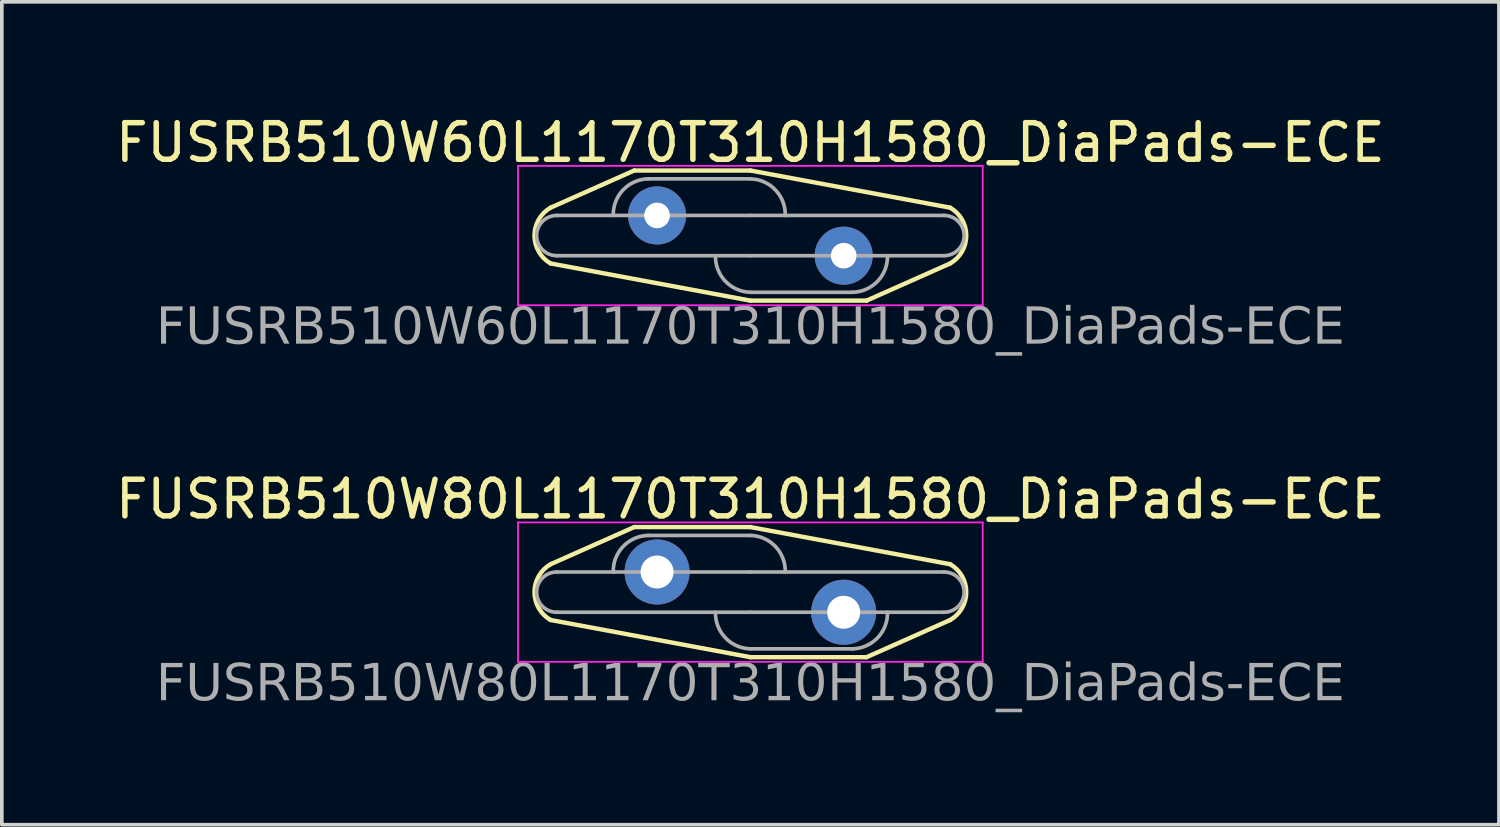
<source format=kicad_pcb>
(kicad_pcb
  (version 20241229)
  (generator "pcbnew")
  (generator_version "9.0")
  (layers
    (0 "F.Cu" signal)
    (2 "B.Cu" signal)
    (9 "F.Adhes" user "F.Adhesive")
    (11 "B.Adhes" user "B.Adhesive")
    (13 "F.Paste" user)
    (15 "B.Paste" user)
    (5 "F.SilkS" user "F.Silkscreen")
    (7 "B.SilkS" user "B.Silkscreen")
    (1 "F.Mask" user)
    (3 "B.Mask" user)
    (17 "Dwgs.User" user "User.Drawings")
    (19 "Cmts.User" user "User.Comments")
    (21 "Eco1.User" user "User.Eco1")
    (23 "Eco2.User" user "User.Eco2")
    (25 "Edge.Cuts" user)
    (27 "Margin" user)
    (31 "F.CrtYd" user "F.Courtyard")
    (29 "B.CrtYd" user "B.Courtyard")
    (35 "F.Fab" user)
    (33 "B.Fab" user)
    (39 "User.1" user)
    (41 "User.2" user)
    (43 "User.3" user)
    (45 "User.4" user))
  (footprint "FUSRB510W80L1170T310H1580_DiaPads-ECE"
    (layer "F.Cu")
    (at 17.458 13.133)
    (property "Reference" "FUSRB510W80L1170T310H1580_DiaPads-ECE" (at 0 -2.54 0) (layer "F.SilkS") (effects (font (size 1 1) (thickness 0.15))))
    (attr through_hole)
    (fp_line (start -5.461 -0.762) (end -3.175 -1.778) (stroke (width 0.12) (type default)) (layer "F.SilkS"))
    (fp_line (start -5.461 0.762) (end 0 1.778) (stroke (width 0.12) (type default)) (layer "F.SilkS"))
    (fp_line (start -3.175 -1.778) (end 0 -1.778) (stroke (width 0.12) (type default)) (layer "F.SilkS"))
    (fp_line (start 3.175 1.778) (end 0 1.778) (stroke (width 0.12) (type default)) (layer "F.SilkS"))
    (fp_line (start 5.461 -0.762) (end 0 -1.778) (stroke (width 0.12) (type default)) (layer "F.SilkS"))
    (fp_line (start 5.461 0.762) (end 3.175 1.778) (stroke (width 0.12) (type default)) (layer "F.SilkS"))
    (fp_arc (start -5.461 0.762) (mid -5.900941 0) (end -5.461 -0.762) (stroke (width 0.12) (type default)) (layer "F.SilkS"))
    (fp_arc (start 5.461 -0.762) (mid 5.900941 0) (end 5.461 0.762) (stroke (width 0.12) (type default)) (layer "F.SilkS"))
    (fp_line (start -6.35 -1.905) (end -6.35 1.905) (stroke (width 0.05) (type solid)) (layer "F.CrtYd"))
    (fp_line (start -6.35 1.905) (end 6.35 1.905) (stroke (width 0.05) (type solid)) (layer "F.CrtYd"))
    (fp_line (start 6.35 -1.905) (end -6.35 -1.905) (stroke (width 0.05) (type solid)) (layer "F.CrtYd"))
    (fp_line (start 6.35 -1.905) (end 6.35 1.905) (stroke (width 0.05) (type solid)) (layer "F.CrtYd"))
    (fp_line (start -5.292 -0.55) (end 0 -0.55) (stroke (width 0.1) (type default)) (layer "F.Fab"))
    (fp_line (start -5.292 0.55) (end 0 0.55) (stroke (width 0.1) (type default)) (layer "F.Fab"))
    (fp_line (start -2.794 -1.55) (end 0 -1.55) (stroke (width 0.1) (type default)) (layer "F.Fab"))
    (fp_line (start 2.794 1.55) (end 0 1.55) (stroke (width 0.1) (type default)) (layer "F.Fab"))
    (fp_line (start 5.292 -0.55) (end 0 -0.55) (stroke (width 0.1) (type default)) (layer "F.Fab"))
    (fp_line (start 5.292 0.55) (end 0 0.55) (stroke (width 0.1) (type default)) (layer "F.Fab"))
    (fp_arc (start -5.292 0.55) (mid -5.842 0) (end -5.292 -0.55) (stroke (width 0.1) (type default)) (layer "F.Fab"))
    (fp_arc (start -3.747575 -0.55) (mid -3.477894 -1.247492) (end -2.794 -1.55) (stroke (width 0.1) (type default)) (layer "F.Fab"))
    (fp_arc (start 0 -1.55) (mid 0.683894 -1.247492) (end 0.953575 -0.55) (stroke (width 0.1) (type default)) (layer "F.Fab"))
    (fp_arc (start 0 1.55) (mid -0.683894 1.247492) (end -0.953575 0.55) (stroke (width 0.1) (type default)) (layer "F.Fab"))
    (fp_arc (start 3.747575 0.55) (mid 3.477894 1.247492) (end 2.794 1.55) (stroke (width 0.1) (type default)) (layer "F.Fab"))
    (fp_arc (start 5.292 -0.55) (mid 5.842 0) (end 5.292 0.55) (stroke (width 0.1) (type default)) (layer "F.Fab"))
    (fp_text user "${REFERENCE}" (at 0 2.54 0) (layer "F.Fab") (effects (font (face "Tahoma") (size 1 1) (thickness 0.15))))
    (pad "1" thru_hole circle (at -2.55 -0.55) (size 1.778 1.778) (drill 0.9) (layers "*.Cu" "*.Mask"))
    (pad "2" thru_hole circle (at 2.55 0.55) (size 1.778 1.778) (drill 0.9) (layers "*.Cu" "*.Mask")))
  (footprint "FUSRB510W60L1170T310H1580_DiaPads-ECE"
    (layer "F.Cu")
    (at 17.458 3.388)
    (property "Reference" "FUSRB510W60L1170T310H1580_DiaPads-ECE" (at 0 -2.54 0) (layer "F.SilkS") (effects (font (size 1 1) (thickness 0.15))))
    (attr through_hole)
    (fp_line (start -5.461 -0.762) (end -3.175 -1.778) (stroke (width 0.12) (type default)) (layer "F.SilkS"))
    (fp_line (start -5.461 0.762) (end 0 1.778) (stroke (width 0.12) (type default)) (layer "F.SilkS"))
    (fp_line (start -3.175 -1.778) (end 0 -1.778) (stroke (width 0.12) (type default)) (layer "F.SilkS"))
    (fp_line (start 3.175 1.778) (end 0 1.778) (stroke (width 0.12) (type default)) (layer "F.SilkS"))
    (fp_line (start 5.461 -0.762) (end 0 -1.778) (stroke (width 0.12) (type default)) (layer "F.SilkS"))
    (fp_line (start 5.461 0.762) (end 3.175 1.778) (stroke (width 0.12) (type default)) (layer "F.SilkS"))
    (fp_arc (start -5.461 0.762) (mid -5.900941 0) (end -5.461 -0.762) (stroke (width 0.12) (type default)) (layer "F.SilkS"))
    (fp_arc (start 5.461 -0.762) (mid 5.900941 0) (end 5.461 0.762) (stroke (width 0.12) (type default)) (layer "F.SilkS"))
    (fp_line (start -6.35 -1.905) (end -6.35 1.905) (stroke (width 0.05) (type solid)) (layer "F.CrtYd"))
    (fp_line (start -6.35 1.905) (end 6.35 1.905) (stroke (width 0.05) (type solid)) (layer "F.CrtYd"))
    (fp_line (start 6.35 -1.905) (end -6.35 -1.905) (stroke (width 0.05) (type solid)) (layer "F.CrtYd"))
    (fp_line (start 6.35 -1.905) (end 6.35 1.905) (stroke (width 0.05) (type solid)) (layer "F.CrtYd"))
    (fp_line (start -5.292 -0.55) (end 0 -0.55) (stroke (width 0.1) (type default)) (layer "F.Fab"))
    (fp_line (start -5.292 0.55) (end 0 0.55) (stroke (width 0.1) (type default)) (layer "F.Fab"))
    (fp_line (start -2.794 -1.55) (end 0 -1.55) (stroke (width 0.1) (type default)) (layer "F.Fab"))
    (fp_line (start 2.794 1.55) (end 0 1.55) (stroke (width 0.1) (type default)) (layer "F.Fab"))
    (fp_line (start 5.292 -0.55) (end 0 -0.55) (stroke (width 0.1) (type default)) (layer "F.Fab"))
    (fp_line (start 5.292 0.55) (end 0 0.55) (stroke (width 0.1) (type default)) (layer "F.Fab"))
    (fp_arc (start -5.292 0.55) (mid -5.842 0) (end -5.292 -0.55) (stroke (width 0.1) (type default)) (layer "F.Fab"))
    (fp_arc (start -3.747575 -0.55) (mid -3.477894 -1.247492) (end -2.794 -1.55) (stroke (width 0.1) (type default)) (layer "F.Fab"))
    (fp_arc (start 0 -1.55) (mid 0.683894 -1.247492) (end 0.953575 -0.55) (stroke (width 0.1) (type default)) (layer "F.Fab"))
    (fp_arc (start 0 1.55) (mid -0.683894 1.247492) (end -0.953575 0.55) (stroke (width 0.1) (type default)) (layer "F.Fab"))
    (fp_arc (start 3.747575 0.55) (mid 3.477894 1.247492) (end 2.794 1.55) (stroke (width 0.1) (type default)) (layer "F.Fab"))
    (fp_arc (start 5.292 -0.55) (mid 5.842 0) (end 5.292 0.55) (stroke (width 0.1) (type default)) (layer "F.Fab"))
    (fp_text user "${REFERENCE}" (at 0 2.54 0) (layer "F.Fab") (effects (font (face "Tahoma") (size 1 1) (thickness 0.15))))
    (pad "1" thru_hole circle (at -2.55 -0.55) (size 1.587 1.587) (drill 0.7) (layers "*.Cu" "*.Mask"))
    (pad "2" thru_hole circle (at 2.55 0.55) (size 1.587 1.587) (drill 0.7) (layers "*.Cu" "*.Mask")))
  (gr_rect
    (start -3 -3)
    (end 37.917 19.49)
    (stroke (width 0.1) (type default))
    (fill no)
    (layer "Edge.Cuts")))
</source>
